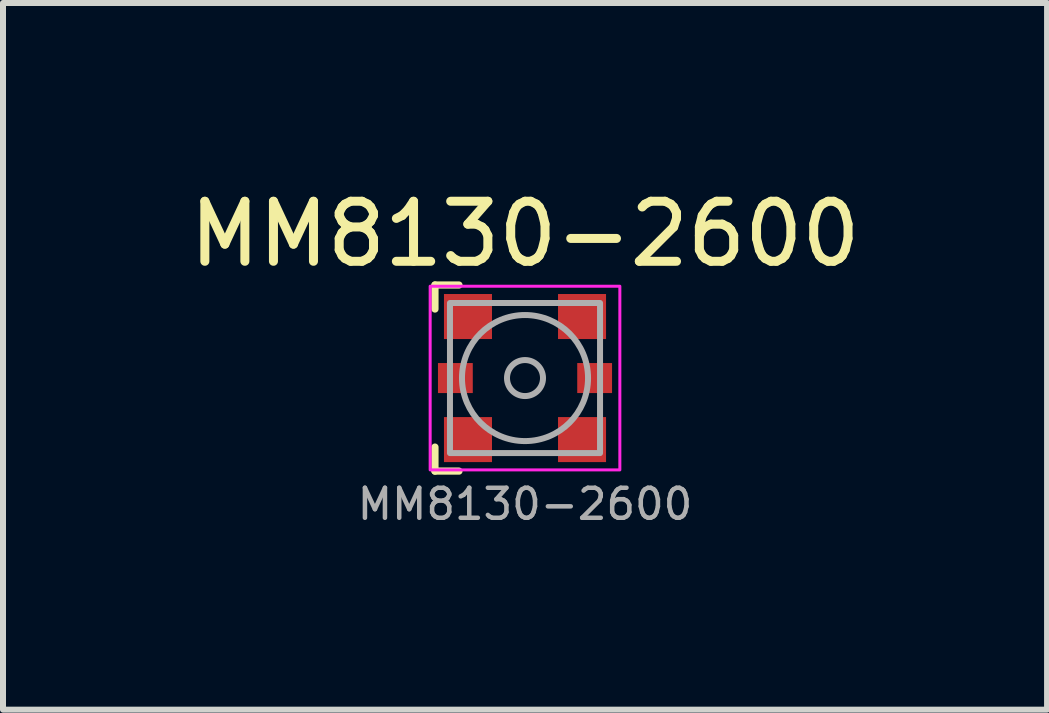
<source format=kicad_pcb>
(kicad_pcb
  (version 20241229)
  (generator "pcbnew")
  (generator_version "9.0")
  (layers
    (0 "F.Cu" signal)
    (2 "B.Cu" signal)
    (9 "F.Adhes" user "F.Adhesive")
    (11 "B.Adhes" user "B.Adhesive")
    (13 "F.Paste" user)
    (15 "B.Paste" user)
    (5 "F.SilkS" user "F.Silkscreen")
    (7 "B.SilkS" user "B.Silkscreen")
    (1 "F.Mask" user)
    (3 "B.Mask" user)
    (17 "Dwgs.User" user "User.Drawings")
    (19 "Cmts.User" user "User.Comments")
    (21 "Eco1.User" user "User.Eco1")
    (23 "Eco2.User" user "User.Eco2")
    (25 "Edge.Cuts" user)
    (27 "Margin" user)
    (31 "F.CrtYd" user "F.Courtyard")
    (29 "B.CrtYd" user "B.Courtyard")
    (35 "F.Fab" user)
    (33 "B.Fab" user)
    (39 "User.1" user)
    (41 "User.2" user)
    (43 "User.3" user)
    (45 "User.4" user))
  (footprint "MM8130-2600"
    (layer "F.Cu")
    (at 5.696 3.248)
    (property "Reference" "MM8130-2600" (at 0 -2.4 0) (unlocked yes) (layer "F.SilkS") (effects (font (size 1 1) (thickness 0.15))))
    (attr smd)
    (fp_line (start -1.5 -1.55) (end -1.5 -1.15) (stroke (width 0.12) (type solid)) (layer "F.SilkS"))
    (fp_line (start -1.5 1.55) (end -1.5 1.15) (stroke (width 0.12) (type solid)) (layer "F.SilkS"))
    (fp_line (start -1.1 -1.55) (end -1.5 -1.55) (stroke (width 0.12) (type solid)) (layer "F.SilkS"))
    (fp_line (start -1.1 1.55) (end -1.5 1.55) (stroke (width 0.12) (type solid)) (layer "F.SilkS"))
    (fp_rect (start -1.58 -1.53) (end 1.58 1.53) (stroke (width 0.05) (type solid)) (fill no) (layer "F.CrtYd"))
    (fp_rect (start -1.25 -1.25) (end 1.25 1.25) (stroke (width 0.1) (type solid)) (fill no) (layer "F.Fab"))
    (fp_circle (center 0 0) (end 0.3 0) (stroke (width 0.1) (type solid)) (fill no) (layer "F.Fab"))
    (fp_circle (center 0 0) (end 1.05 0) (stroke (width 0.1) (type solid)) (fill no) (layer "F.Fab"))
    (fp_text user "${REFERENCE}" (at 0 2.1 0) (unlocked yes) (layer "F.Fab") (effects (font (size 0.5 0.5) (thickness 0.075))))
    (pad "1" smd rect (at -1.16 0) (size 0.58 0.5) (layers "F.Cu" "F.Mask" "F.Paste"))
    (pad "2" smd rect (at 1.16 0) (size 0.58 0.5) (layers "F.Cu" "F.Mask" "F.Paste"))
    (pad "3" smd rect (at -0.95 -1.025) (size 0.8 0.75) (layers "F.Cu" "F.Mask" "F.Paste"))
    (pad "3" smd rect (at -0.95 1.025) (size 0.8 0.75) (layers "F.Cu" "F.Mask" "F.Paste"))
    (pad "3" smd rect (at 0.95 -1.025) (size 0.8 0.75) (layers "F.Cu" "F.Mask" "F.Paste"))
    (pad "3" smd rect (at 0.95 1.025) (size 0.8 0.75) (layers "F.Cu" "F.Mask" "F.Paste")))
  (gr_rect
    (start -3 -3)
    (end 14.393 8.772)
    (stroke (width 0.1) (type default))
    (fill no)
    (layer "Edge.Cuts")))
</source>
